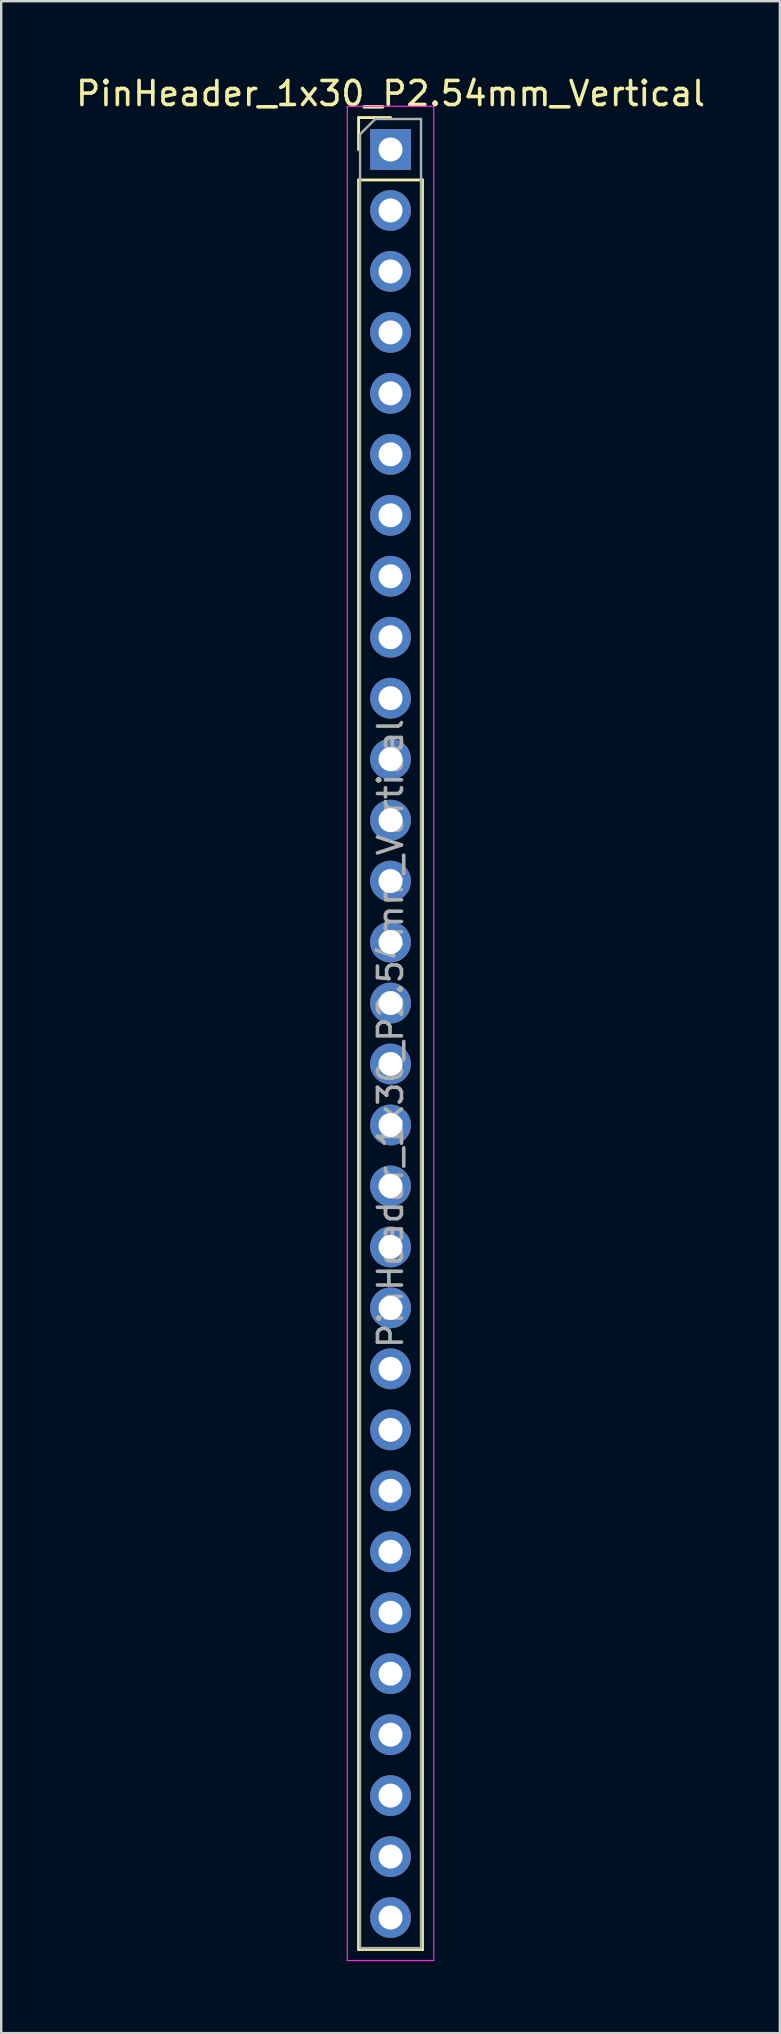
<source format=kicad_pcb>
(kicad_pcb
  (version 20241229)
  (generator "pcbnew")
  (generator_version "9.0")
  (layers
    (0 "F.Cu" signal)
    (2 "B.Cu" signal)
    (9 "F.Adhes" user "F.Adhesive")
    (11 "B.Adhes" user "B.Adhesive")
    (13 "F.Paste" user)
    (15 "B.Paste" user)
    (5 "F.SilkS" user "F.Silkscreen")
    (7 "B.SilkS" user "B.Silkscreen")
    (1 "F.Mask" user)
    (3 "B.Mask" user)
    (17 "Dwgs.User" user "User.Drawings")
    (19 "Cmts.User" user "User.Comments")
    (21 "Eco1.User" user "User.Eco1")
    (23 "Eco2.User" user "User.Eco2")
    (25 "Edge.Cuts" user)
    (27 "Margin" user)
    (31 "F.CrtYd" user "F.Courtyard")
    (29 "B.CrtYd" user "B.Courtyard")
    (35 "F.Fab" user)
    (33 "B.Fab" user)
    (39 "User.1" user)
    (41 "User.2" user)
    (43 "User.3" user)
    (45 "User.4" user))
  (footprint "PinHeader_1x30_P2.54mm_Vertical"
    (layer "F.Cu")
    (at 13.22 3.178)
    (property "Reference" "PinHeader_1x30_P2.54mm_Vertical" (at 0 -2.33 0) (layer "F.SilkS") (effects (font (size 1 1) (thickness 0.15))))
    (attr through_hole)
    (fp_line (start -1.33 -1.33) (end 0 -1.33) (stroke (width 0.12) (type solid)) (layer "F.SilkS"))
    (fp_line (start -1.33 0) (end -1.33 -1.33) (stroke (width 0.12) (type solid)) (layer "F.SilkS"))
    (fp_line (start -1.33 1.27) (end -1.33 74.99) (stroke (width 0.12) (type solid)) (layer "F.SilkS"))
    (fp_line (start -1.33 1.27) (end 1.33 1.27) (stroke (width 0.12) (type solid)) (layer "F.SilkS"))
    (fp_line (start -1.33 74.99) (end 1.33 74.99) (stroke (width 0.12) (type solid)) (layer "F.SilkS"))
    (fp_line (start 1.33 1.27) (end 1.33 74.99) (stroke (width 0.12) (type solid)) (layer "F.SilkS"))
    (fp_line (start -1.8 -1.8) (end -1.8 75.45) (stroke (width 0.05) (type solid)) (layer "F.CrtYd"))
    (fp_line (start -1.8 75.45) (end 1.8 75.45) (stroke (width 0.05) (type solid)) (layer "F.CrtYd"))
    (fp_line (start 1.8 -1.8) (end -1.8 -1.8) (stroke (width 0.05) (type solid)) (layer "F.CrtYd"))
    (fp_line (start 1.8 75.45) (end 1.8 -1.8) (stroke (width 0.05) (type solid)) (layer "F.CrtYd"))
    (fp_line (start -1.27 -0.635) (end -0.635 -1.27) (stroke (width 0.1) (type solid)) (layer "F.Fab"))
    (fp_line (start -1.27 74.93) (end -1.27 -0.635) (stroke (width 0.1) (type solid)) (layer "F.Fab"))
    (fp_line (start -0.635 -1.27) (end 1.27 -1.27) (stroke (width 0.1) (type solid)) (layer "F.Fab"))
    (fp_line (start 1.27 -1.27) (end 1.27 74.93) (stroke (width 0.1) (type solid)) (layer "F.Fab"))
    (fp_line (start 1.27 74.93) (end -1.27 74.93) (stroke (width 0.1) (type solid)) (layer "F.Fab"))
    (fp_text user "${REFERENCE}" (at 0 36.83 90) (layer "F.Fab") (effects (font (size 1 1) (thickness 0.15))))
    (pad "1" thru_hole rect (at 0 0) (size 1.7 1.7) (drill 1) (layers "*.Cu" "*.Mask"))
    (pad "2" thru_hole oval (at 0 2.54) (size 1.7 1.7) (drill 1) (layers "*.Cu" "*.Mask"))
    (pad "3" thru_hole oval (at 0 5.08) (size 1.7 1.7) (drill 1) (layers "*.Cu" "*.Mask"))
    (pad "4" thru_hole oval (at 0 7.62) (size 1.7 1.7) (drill 1) (layers "*.Cu" "*.Mask"))
    (pad "5" thru_hole oval (at 0 10.16) (size 1.7 1.7) (drill 1) (layers "*.Cu" "*.Mask"))
    (pad "6" thru_hole oval (at 0 12.7) (size 1.7 1.7) (drill 1) (layers "*.Cu" "*.Mask"))
    (pad "7" thru_hole oval (at 0 15.24) (size 1.7 1.7) (drill 1) (layers "*.Cu" "*.Mask"))
    (pad "8" thru_hole oval (at 0 17.78) (size 1.7 1.7) (drill 1) (layers "*.Cu" "*.Mask"))
    (pad "9" thru_hole oval (at 0 20.32) (size 1.7 1.7) (drill 1) (layers "*.Cu" "*.Mask"))
    (pad "10" thru_hole oval (at 0 22.86) (size 1.7 1.7) (drill 1) (layers "*.Cu" "*.Mask"))
    (pad "11" thru_hole oval (at 0 25.4) (size 1.7 1.7) (drill 1) (layers "*.Cu" "*.Mask"))
    (pad "12" thru_hole oval (at 0 27.94) (size 1.7 1.7) (drill 1) (layers "*.Cu" "*.Mask"))
    (pad "13" thru_hole oval (at 0 30.48) (size 1.7 1.7) (drill 1) (layers "*.Cu" "*.Mask"))
    (pad "14" thru_hole oval (at 0 33.02) (size 1.7 1.7) (drill 1) (layers "*.Cu" "*.Mask"))
    (pad "15" thru_hole oval (at 0 35.56) (size 1.7 1.7) (drill 1) (layers "*.Cu" "*.Mask"))
    (pad "16" thru_hole oval (at 0 38.1) (size 1.7 1.7) (drill 1) (layers "*.Cu" "*.Mask"))
    (pad "17" thru_hole oval (at 0 40.64) (size 1.7 1.7) (drill 1) (layers "*.Cu" "*.Mask"))
    (pad "18" thru_hole oval (at 0 43.18) (size 1.7 1.7) (drill 1) (layers "*.Cu" "*.Mask"))
    (pad "19" thru_hole oval (at 0 45.72) (size 1.7 1.7) (drill 1) (layers "*.Cu" "*.Mask"))
    (pad "20" thru_hole oval (at 0 48.26) (size 1.7 1.7) (drill 1) (layers "*.Cu" "*.Mask"))
    (pad "21" thru_hole oval (at 0 50.8) (size 1.7 1.7) (drill 1) (layers "*.Cu" "*.Mask"))
    (pad "22" thru_hole oval (at 0 53.34) (size 1.7 1.7) (drill 1) (layers "*.Cu" "*.Mask"))
    (pad "23" thru_hole oval (at 0 55.88) (size 1.7 1.7) (drill 1) (layers "*.Cu" "*.Mask"))
    (pad "24" thru_hole oval (at 0 58.42) (size 1.7 1.7) (drill 1) (layers "*.Cu" "*.Mask"))
    (pad "25" thru_hole oval (at 0 60.96) (size 1.7 1.7) (drill 1) (layers "*.Cu" "*.Mask"))
    (pad "26" thru_hole oval (at 0 63.5) (size 1.7 1.7) (drill 1) (layers "*.Cu" "*.Mask"))
    (pad "27" thru_hole oval (at 0 66.04) (size 1.7 1.7) (drill 1) (layers "*.Cu" "*.Mask"))
    (pad "28" thru_hole oval (at 0 68.58) (size 1.7 1.7) (drill 1) (layers "*.Cu" "*.Mask"))
    (pad "29" thru_hole oval (at 0 71.12) (size 1.7 1.7) (drill 1) (layers "*.Cu" "*.Mask"))
    (pad "30" thru_hole oval (at 0 73.66) (size 1.7 1.7) (drill 1) (layers "*.Cu" "*.Mask")))
  (gr_rect
    (start -3 -3)
    (end 29.44 81.653)
    (stroke (width 0.1) (type default))
    (fill no)
    (layer "Edge.Cuts")))
</source>
